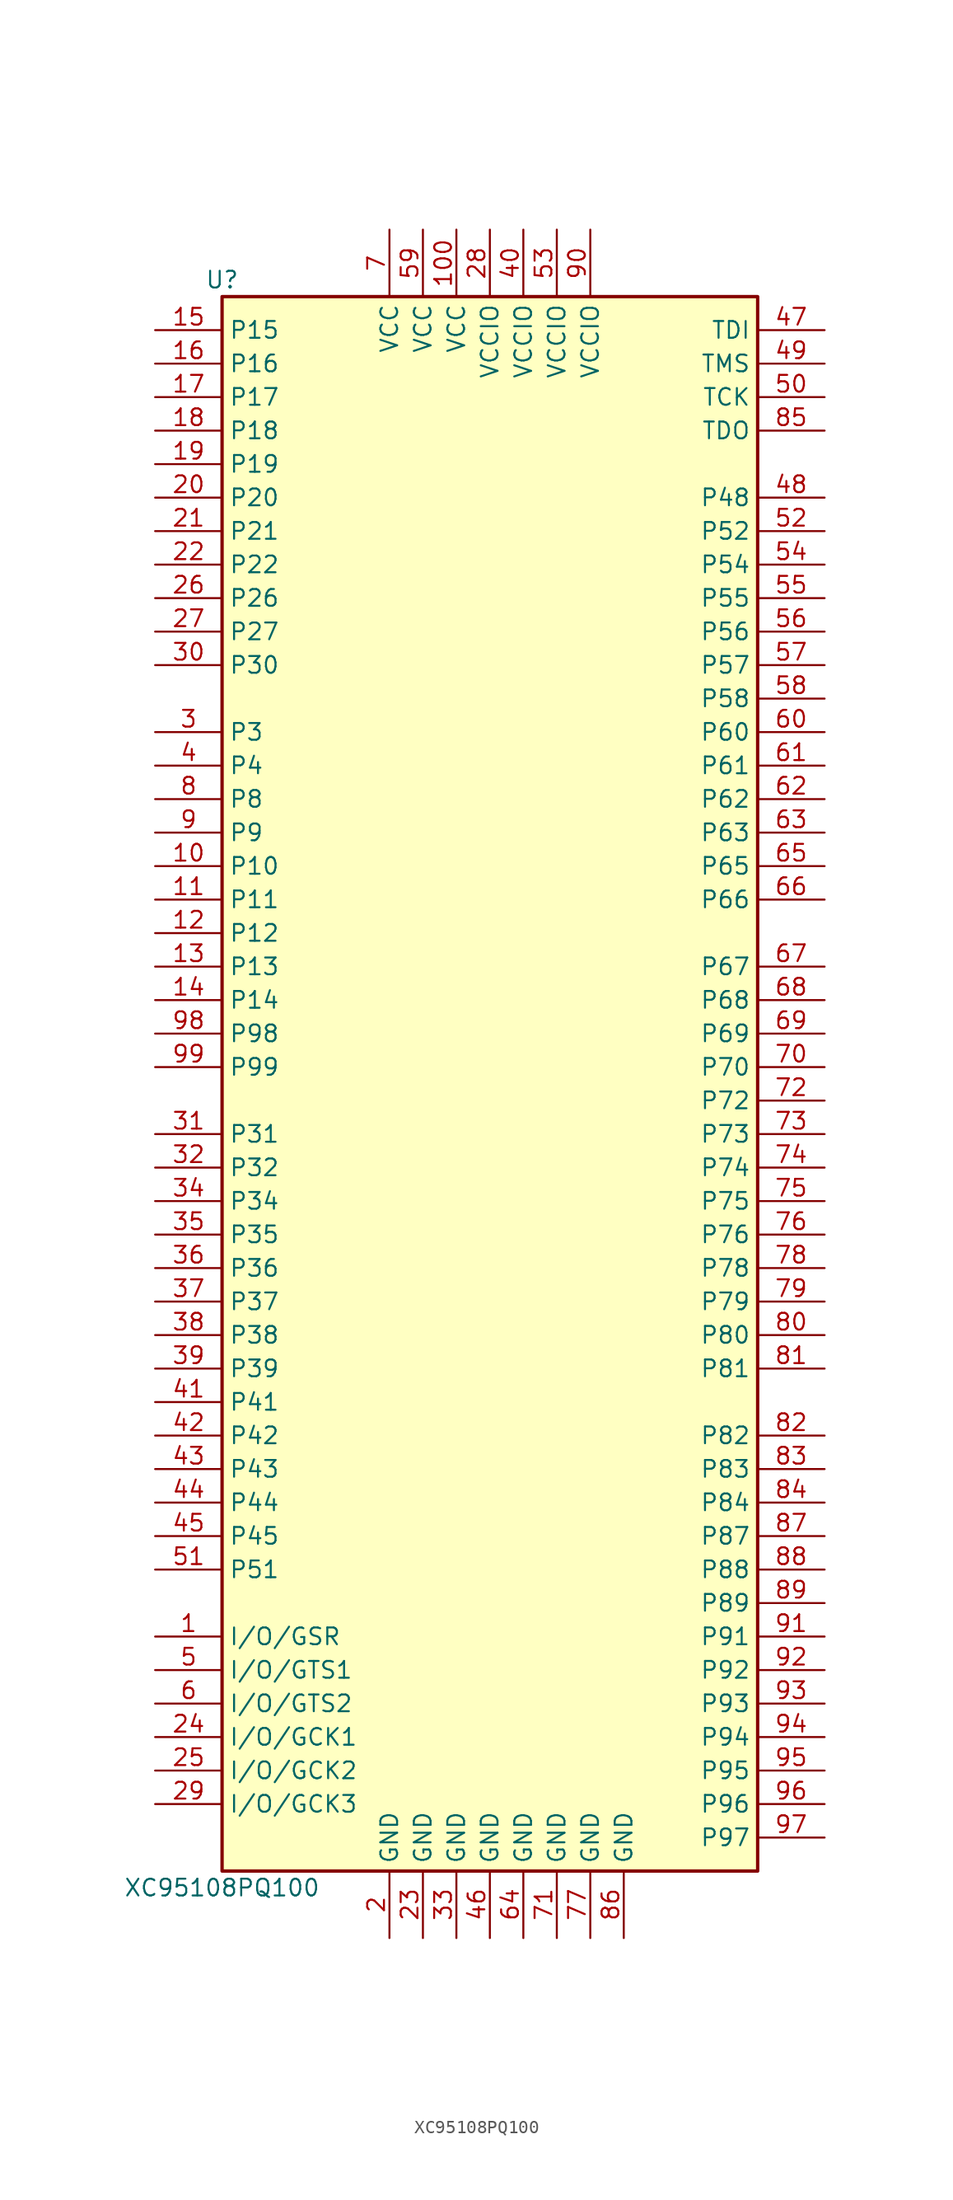
<source format=kicad_sym>
(kicad_symbol_lib
  (version 20231120)
  (generator "kicad_symbol_editor")
  (generator_version "8.0")
  (symbol "XC95108PQ100"
    (property "Reference" "U"
      (at -20.32 59.69 0)
      (effects (font (size 1.27 1.27))))
    (property "Value" "XC95108PQ100"
      (at -20.32 -62.23 0)
      (effects (font (size 1.27 1.27))))
    (symbol "XC95108PQ100_1_1"
      (rectangle (start -20.32 58.42) (end 20.32 -60.96) (stroke (width 0.254) (type default)) (fill (type background)))
      (pin bidirectional line (at -25.4 -43.18 0) (length 5.08) (name "I/O/GSR" (effects (font (size 1.27 1.27)))) (number "1" (effects (font (size 1.27 1.27)))))
      (pin bidirectional line (at -25.4 15.24 0) (length 5.08) (name "P10" (effects (font (size 1.27 1.27)))) (number "10" (effects (font (size 1.27 1.27)))))
      (pin power_in line (at -2.54 63.5 270) (length 5.08) (name "VCC" (effects (font (size 1.27 1.27)))) (number "100" (effects (font (size 1.27 1.27)))))
      (pin bidirectional line (at -25.4 12.7 0) (length 5.08) (name "P11" (effects (font (size 1.27 1.27)))) (number "11" (effects (font (size 1.27 1.27)))))
      (pin bidirectional line (at -25.4 10.16 0) (length 5.08) (name "P12" (effects (font (size 1.27 1.27)))) (number "12" (effects (font (size 1.27 1.27)))))
      (pin bidirectional line (at -25.4 7.62 0) (length 5.08) (name "P13" (effects (font (size 1.27 1.27)))) (number "13" (effects (font (size 1.27 1.27)))))
      (pin bidirectional line (at -25.4 5.08 0) (length 5.08) (name "P14" (effects (font (size 1.27 1.27)))) (number "14" (effects (font (size 1.27 1.27)))))
      (pin bidirectional line (at -25.4 55.88 0) (length 5.08) (name "P15" (effects (font (size 1.27 1.27)))) (number "15" (effects (font (size 1.27 1.27)))))
      (pin bidirectional line (at -25.4 53.34 0) (length 5.08) (name "P16" (effects (font (size 1.27 1.27)))) (number "16" (effects (font (size 1.27 1.27)))))
      (pin bidirectional line (at -25.4 50.8 0) (length 5.08) (name "P17" (effects (font (size 1.27 1.27)))) (number "17" (effects (font (size 1.27 1.27)))))
      (pin bidirectional line (at -25.4 48.26 0) (length 5.08) (name "P18" (effects (font (size 1.27 1.27)))) (number "18" (effects (font (size 1.27 1.27)))))
      (pin bidirectional line (at -25.4 45.72 0) (length 5.08) (name "P19" (effects (font (size 1.27 1.27)))) (number "19" (effects (font (size 1.27 1.27)))))
      (pin power_in line (at -7.62 -66.04 90) (length 5.08) (name "GND" (effects (font (size 1.27 1.27)))) (number "2" (effects (font (size 1.27 1.27)))))
      (pin bidirectional line (at -25.4 43.18 0) (length 5.08) (name "P20" (effects (font (size 1.27 1.27)))) (number "20" (effects (font (size 1.27 1.27)))))
      (pin bidirectional line (at -25.4 40.64 0) (length 5.08) (name "P21" (effects (font (size 1.27 1.27)))) (number "21" (effects (font (size 1.27 1.27)))))
      (pin bidirectional line (at -25.4 38.1 0) (length 5.08) (name "P22" (effects (font (size 1.27 1.27)))) (number "22" (effects (font (size 1.27 1.27)))))
      (pin power_in line (at -5.08 -66.04 90) (length 5.08) (name "GND" (effects (font (size 1.27 1.27)))) (number "23" (effects (font (size 1.27 1.27)))))
      (pin bidirectional line (at -25.4 -50.8 0) (length 5.08) (name "I/O/GCK1" (effects (font (size 1.27 1.27)))) (number "24" (effects (font (size 1.27 1.27)))))
      (pin bidirectional line (at -25.4 -53.34 0) (length 5.08) (name "I/O/GCK2" (effects (font (size 1.27 1.27)))) (number "25" (effects (font (size 1.27 1.27)))))
      (pin bidirectional line (at -25.4 35.56 0) (length 5.08) (name "P26" (effects (font (size 1.27 1.27)))) (number "26" (effects (font (size 1.27 1.27)))))
      (pin bidirectional line (at -25.4 33.02 0) (length 5.08) (name "P27" (effects (font (size 1.27 1.27)))) (number "27" (effects (font (size 1.27 1.27)))))
      (pin power_in line (at 0 63.5 270) (length 5.08) (name "VCCIO" (effects (font (size 1.27 1.27)))) (number "28" (effects (font (size 1.27 1.27)))))
      (pin bidirectional line (at -25.4 -55.88 0) (length 5.08) (name "I/O/GCK3" (effects (font (size 1.27 1.27)))) (number "29" (effects (font (size 1.27 1.27)))))
      (pin bidirectional line (at -25.4 25.4 0) (length 5.08) (name "P3" (effects (font (size 1.27 1.27)))) (number "3" (effects (font (size 1.27 1.27)))))
      (pin bidirectional line (at -25.4 30.48 0) (length 5.08) (name "P30" (effects (font (size 1.27 1.27)))) (number "30" (effects (font (size 1.27 1.27)))))
      (pin bidirectional line (at -25.4 -5.08 0) (length 5.08) (name "P31" (effects (font (size 1.27 1.27)))) (number "31" (effects (font (size 1.27 1.27)))))
      (pin bidirectional line (at -25.4 -7.62 0) (length 5.08) (name "P32" (effects (font (size 1.27 1.27)))) (number "32" (effects (font (size 1.27 1.27)))))
      (pin power_in line (at -2.54 -66.04 90) (length 5.08) (name "GND" (effects (font (size 1.27 1.27)))) (number "33" (effects (font (size 1.27 1.27)))))
      (pin bidirectional line (at -25.4 -10.16 0) (length 5.08) (name "P34" (effects (font (size 1.27 1.27)))) (number "34" (effects (font (size 1.27 1.27)))))
      (pin bidirectional line (at -25.4 -12.7 0) (length 5.08) (name "P35" (effects (font (size 1.27 1.27)))) (number "35" (effects (font (size 1.27 1.27)))))
      (pin bidirectional line (at -25.4 -15.24 0) (length 5.08) (name "P36" (effects (font (size 1.27 1.27)))) (number "36" (effects (font (size 1.27 1.27)))))
      (pin bidirectional line (at -25.4 -17.78 0) (length 5.08) (name "P37" (effects (font (size 1.27 1.27)))) (number "37" (effects (font (size 1.27 1.27)))))
      (pin bidirectional line (at -25.4 -20.32 0) (length 5.08) (name "P38" (effects (font (size 1.27 1.27)))) (number "38" (effects (font (size 1.27 1.27)))))
      (pin bidirectional line (at -25.4 -22.86 0) (length 5.08) (name "P39" (effects (font (size 1.27 1.27)))) (number "39" (effects (font (size 1.27 1.27)))))
      (pin bidirectional line (at -25.4 22.86 0) (length 5.08) (name "P4" (effects (font (size 1.27 1.27)))) (number "4" (effects (font (size 1.27 1.27)))))
      (pin power_in line (at 2.54 63.5 270) (length 5.08) (name "VCCIO" (effects (font (size 1.27 1.27)))) (number "40" (effects (font (size 1.27 1.27)))))
      (pin bidirectional line (at -25.4 -25.4 0) (length 5.08) (name "P41" (effects (font (size 1.27 1.27)))) (number "41" (effects (font (size 1.27 1.27)))))
      (pin bidirectional line (at -25.4 -27.94 0) (length 5.08) (name "P42" (effects (font (size 1.27 1.27)))) (number "42" (effects (font (size 1.27 1.27)))))
      (pin bidirectional line (at -25.4 -30.48 0) (length 5.08) (name "P43" (effects (font (size 1.27 1.27)))) (number "43" (effects (font (size 1.27 1.27)))))
      (pin bidirectional line (at -25.4 -33.02 0) (length 5.08) (name "P44" (effects (font (size 1.27 1.27)))) (number "44" (effects (font (size 1.27 1.27)))))
      (pin bidirectional line (at -25.4 -35.56 0) (length 5.08) (name "P45" (effects (font (size 1.27 1.27)))) (number "45" (effects (font (size 1.27 1.27)))))
      (pin power_in line (at 0 -66.04 90) (length 5.08) (name "GND" (effects (font (size 1.27 1.27)))) (number "46" (effects (font (size 1.27 1.27)))))
      (pin input line (at 25.4 55.88 180) (length 5.08) (name "TDI" (effects (font (size 1.27 1.27)))) (number "47" (effects (font (size 1.27 1.27)))))
      (pin bidirectional line (at 25.4 43.18 180) (length 5.08) (name "P48" (effects (font (size 1.27 1.27)))) (number "48" (effects (font (size 1.27 1.27)))))
      (pin input line (at 25.4 53.34 180) (length 5.08) (name "TMS" (effects (font (size 1.27 1.27)))) (number "49" (effects (font (size 1.27 1.27)))))
      (pin bidirectional line (at -25.4 -45.72 0) (length 5.08) (name "I/O/GTS1" (effects (font (size 1.27 1.27)))) (number "5" (effects (font (size 1.27 1.27)))))
      (pin input line (at 25.4 50.8 180) (length 5.08) (name "TCK" (effects (font (size 1.27 1.27)))) (number "50" (effects (font (size 1.27 1.27)))))
      (pin bidirectional line (at -25.4 -38.1 0) (length 5.08) (name "P51" (effects (font (size 1.27 1.27)))) (number "51" (effects (font (size 1.27 1.27)))))
      (pin bidirectional line (at 25.4 40.64 180) (length 5.08) (name "P52" (effects (font (size 1.27 1.27)))) (number "52" (effects (font (size 1.27 1.27)))))
      (pin power_in line (at 5.08 63.5 270) (length 5.08) (name "VCCIO" (effects (font (size 1.27 1.27)))) (number "53" (effects (font (size 1.27 1.27)))))
      (pin bidirectional line (at 25.4 38.1 180) (length 5.08) (name "P54" (effects (font (size 1.27 1.27)))) (number "54" (effects (font (size 1.27 1.27)))))
      (pin bidirectional line (at 25.4 35.56 180) (length 5.08) (name "P55" (effects (font (size 1.27 1.27)))) (number "55" (effects (font (size 1.27 1.27)))))
      (pin bidirectional line (at 25.4 33.02 180) (length 5.08) (name "P56" (effects (font (size 1.27 1.27)))) (number "56" (effects (font (size 1.27 1.27)))))
      (pin bidirectional line (at 25.4 30.48 180) (length 5.08) (name "P57" (effects (font (size 1.27 1.27)))) (number "57" (effects (font (size 1.27 1.27)))))
      (pin bidirectional line (at 25.4 27.94 180) (length 5.08) (name "P58" (effects (font (size 1.27 1.27)))) (number "58" (effects (font (size 1.27 1.27)))))
      (pin power_in line (at -5.08 63.5 270) (length 5.08) (name "VCC" (effects (font (size 1.27 1.27)))) (number "59" (effects (font (size 1.27 1.27)))))
      (pin bidirectional line (at -25.4 -48.26 0) (length 5.08) (name "I/O/GTS2" (effects (font (size 1.27 1.27)))) (number "6" (effects (font (size 1.27 1.27)))))
      (pin bidirectional line (at 25.4 25.4 180) (length 5.08) (name "P60" (effects (font (size 1.27 1.27)))) (number "60" (effects (font (size 1.27 1.27)))))
      (pin bidirectional line (at 25.4 22.86 180) (length 5.08) (name "P61" (effects (font (size 1.27 1.27)))) (number "61" (effects (font (size 1.27 1.27)))))
      (pin bidirectional line (at 25.4 20.32 180) (length 5.08) (name "P62" (effects (font (size 1.27 1.27)))) (number "62" (effects (font (size 1.27 1.27)))))
      (pin bidirectional line (at 25.4 17.78 180) (length 5.08) (name "P63" (effects (font (size 1.27 1.27)))) (number "63" (effects (font (size 1.27 1.27)))))
      (pin power_in line (at 2.54 -66.04 90) (length 5.08) (name "GND" (effects (font (size 1.27 1.27)))) (number "64" (effects (font (size 1.27 1.27)))))
      (pin bidirectional line (at 25.4 15.24 180) (length 5.08) (name "P65" (effects (font (size 1.27 1.27)))) (number "65" (effects (font (size 1.27 1.27)))))
      (pin bidirectional line (at 25.4 12.7 180) (length 5.08) (name "P66" (effects (font (size 1.27 1.27)))) (number "66" (effects (font (size 1.27 1.27)))))
      (pin bidirectional line (at 25.4 7.62 180) (length 5.08) (name "P67" (effects (font (size 1.27 1.27)))) (number "67" (effects (font (size 1.27 1.27)))))
      (pin bidirectional line (at 25.4 5.08 180) (length 5.08) (name "P68" (effects (font (size 1.27 1.27)))) (number "68" (effects (font (size 1.27 1.27)))))
      (pin bidirectional line (at 25.4 2.54 180) (length 5.08) (name "P69" (effects (font (size 1.27 1.27)))) (number "69" (effects (font (size 1.27 1.27)))))
      (pin power_in line (at -7.62 63.5 270) (length 5.08) (name "VCC" (effects (font (size 1.27 1.27)))) (number "7" (effects (font (size 1.27 1.27)))))
      (pin bidirectional line (at 25.4 0 180) (length 5.08) (name "P70" (effects (font (size 1.27 1.27)))) (number "70" (effects (font (size 1.27 1.27)))))
      (pin power_in line (at 5.08 -66.04 90) (length 5.08) (name "GND" (effects (font (size 1.27 1.27)))) (number "71" (effects (font (size 1.27 1.27)))))
      (pin bidirectional line (at 25.4 -2.54 180) (length 5.08) (name "P72" (effects (font (size 1.27 1.27)))) (number "72" (effects (font (size 1.27 1.27)))))
      (pin bidirectional line (at 25.4 -5.08 180) (length 5.08) (name "P73" (effects (font (size 1.27 1.27)))) (number "73" (effects (font (size 1.27 1.27)))))
      (pin bidirectional line (at 25.4 -7.62 180) (length 5.08) (name "P74" (effects (font (size 1.27 1.27)))) (number "74" (effects (font (size 1.27 1.27)))))
      (pin bidirectional line (at 25.4 -10.16 180) (length 5.08) (name "P75" (effects (font (size 1.27 1.27)))) (number "75" (effects (font (size 1.27 1.27)))))
      (pin bidirectional line (at 25.4 -12.7 180) (length 5.08) (name "P76" (effects (font (size 1.27 1.27)))) (number "76" (effects (font (size 1.27 1.27)))))
      (pin power_in line (at 7.62 -66.04 90) (length 5.08) (name "GND" (effects (font (size 1.27 1.27)))) (number "77" (effects (font (size 1.27 1.27)))))
      (pin bidirectional line (at 25.4 -15.24 180) (length 5.08) (name "P78" (effects (font (size 1.27 1.27)))) (number "78" (effects (font (size 1.27 1.27)))))
      (pin bidirectional line (at 25.4 -17.78 180) (length 5.08) (name "P79" (effects (font (size 1.27 1.27)))) (number "79" (effects (font (size 1.27 1.27)))))
      (pin bidirectional line (at -25.4 20.32 0) (length 5.08) (name "P8" (effects (font (size 1.27 1.27)))) (number "8" (effects (font (size 1.27 1.27)))))
      (pin bidirectional line (at 25.4 -20.32 180) (length 5.08) (name "P80" (effects (font (size 1.27 1.27)))) (number "80" (effects (font (size 1.27 1.27)))))
      (pin bidirectional line (at 25.4 -22.86 180) (length 5.08) (name "P81" (effects (font (size 1.27 1.27)))) (number "81" (effects (font (size 1.27 1.27)))))
      (pin bidirectional line (at 25.4 -27.94 180) (length 5.08) (name "P82" (effects (font (size 1.27 1.27)))) (number "82" (effects (font (size 1.27 1.27)))))
      (pin bidirectional line (at 25.4 -30.48 180) (length 5.08) (name "P83" (effects (font (size 1.27 1.27)))) (number "83" (effects (font (size 1.27 1.27)))))
      (pin bidirectional line (at 25.4 -33.02 180) (length 5.08) (name "P84" (effects (font (size 1.27 1.27)))) (number "84" (effects (font (size 1.27 1.27)))))
      (pin output line (at 25.4 48.26 180) (length 5.08) (name "TDO" (effects (font (size 1.27 1.27)))) (number "85" (effects (font (size 1.27 1.27)))))
      (pin power_in line (at 10.16 -66.04 90) (length 5.08) (name "GND" (effects (font (size 1.27 1.27)))) (number "86" (effects (font (size 1.27 1.27)))))
      (pin bidirectional line (at 25.4 -35.56 180) (length 5.08) (name "P87" (effects (font (size 1.27 1.27)))) (number "87" (effects (font (size 1.27 1.27)))))
      (pin bidirectional line (at 25.4 -38.1 180) (length 5.08) (name "P88" (effects (font (size 1.27 1.27)))) (number "88" (effects (font (size 1.27 1.27)))))
      (pin bidirectional line (at 25.4 -40.64 180) (length 5.08) (name "P89" (effects (font (size 1.27 1.27)))) (number "89" (effects (font (size 1.27 1.27)))))
      (pin bidirectional line (at -25.4 17.78 0) (length 5.08) (name "P9" (effects (font (size 1.27 1.27)))) (number "9" (effects (font (size 1.27 1.27)))))
      (pin power_in line (at 7.62 63.5 270) (length 5.08) (name "VCCIO" (effects (font (size 1.27 1.27)))) (number "90" (effects (font (size 1.27 1.27)))))
      (pin bidirectional line (at 25.4 -43.18 180) (length 5.08) (name "P91" (effects (font (size 1.27 1.27)))) (number "91" (effects (font (size 1.27 1.27)))))
      (pin bidirectional line (at 25.4 -45.72 180) (length 5.08) (name "P92" (effects (font (size 1.27 1.27)))) (number "92" (effects (font (size 1.27 1.27)))))
      (pin bidirectional line (at 25.4 -48.26 180) (length 5.08) (name "P93" (effects (font (size 1.27 1.27)))) (number "93" (effects (font (size 1.27 1.27)))))
      (pin bidirectional line (at 25.4 -50.8 180) (length 5.08) (name "P94" (effects (font (size 1.27 1.27)))) (number "94" (effects (font (size 1.27 1.27)))))
      (pin bidirectional line (at 25.4 -53.34 180) (length 5.08) (name "P95" (effects (font (size 1.27 1.27)))) (number "95" (effects (font (size 1.27 1.27)))))
      (pin bidirectional line (at 25.4 -55.88 180) (length 5.08) (name "P96" (effects (font (size 1.27 1.27)))) (number "96" (effects (font (size 1.27 1.27)))))
      (pin bidirectional line (at 25.4 -58.42 180) (length 5.08) (name "P97" (effects (font (size 1.27 1.27)))) (number "97" (effects (font (size 1.27 1.27)))))
      (pin bidirectional line (at -25.4 2.54 0) (length 5.08) (name "P98" (effects (font (size 1.27 1.27)))) (number "98" (effects (font (size 1.27 1.27)))))
      (pin bidirectional line (at -25.4 0 0) (length 5.08) (name "P99" (effects (font (size 1.27 1.27)))) (number "99" (effects (font (size 1.27 1.27))))))))
</source>
